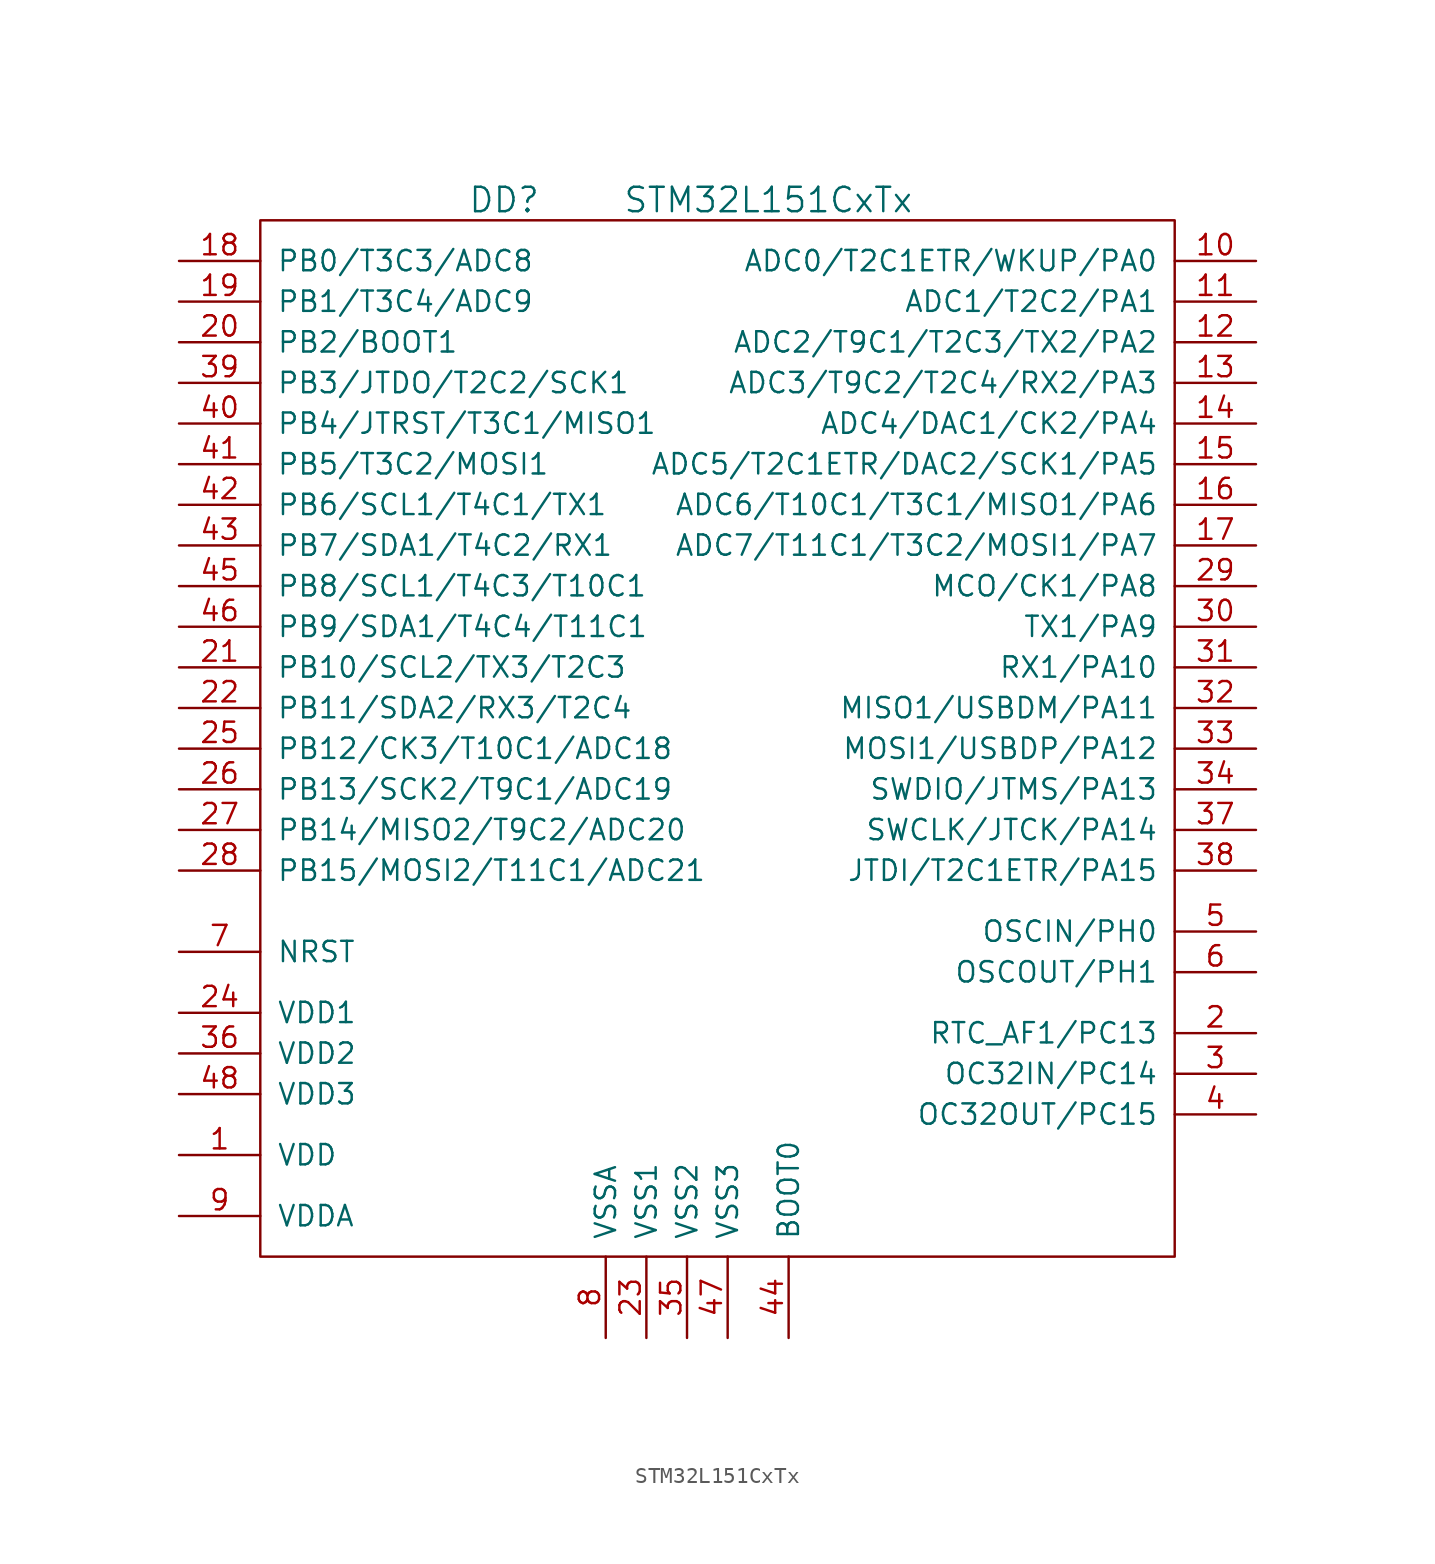
<source format=kicad_sym>
(kicad_symbol_lib
  (version 20201005)
  (generator kicad_symbol_editor)
  (symbol "st_kl:STM32L151CxTx"
    (pin_names
      (offset 1.016))
    (property "Reference" "DD"
      (at -12.7 34.29 0)
      (effects (font (size 1.524 1.524))))
    (property "Value" "STM32L151CxTx"
      (at 3.81 34.29 0)
      (effects (font (size 1.524 1.524))))
    (symbol "STM32L151CxTx_0_1"
      (rectangle (start 29.21 33.02) (end -27.94 -31.75) (stroke (width 0)) (fill (type none))))
    (symbol "STM32L151CxTx_1_1"
      (pin power_in line (at -33.02 -25.4 0) (length 5.08) (name "VDD" (effects (font (size 1.27 1.27)))) (number "1" (effects (font (size 1.27 1.27)))))
      (pin passive line (at 34.29 30.48 180) (length 5.08) (name "ADC0/T2C1ETR/WKUP/PA0" (effects (font (size 1.27 1.27)))) (number "10" (effects (font (size 1.27 1.27)))))
      (pin passive line (at 34.29 27.94 180) (length 5.08) (name "ADC1/T2C2/PA1" (effects (font (size 1.27 1.27)))) (number "11" (effects (font (size 1.27 1.27)))))
      (pin passive line (at 34.29 25.4 180) (length 5.08) (name "ADC2/T9C1/T2C3/TX2/PA2" (effects (font (size 1.27 1.27)))) (number "12" (effects (font (size 1.27 1.27)))))
      (pin passive line (at 34.29 22.86 180) (length 5.08) (name "ADC3/T9C2/T2C4/RX2/PA3" (effects (font (size 1.27 1.27)))) (number "13" (effects (font (size 1.27 1.27)))))
      (pin passive line (at 34.29 20.32 180) (length 5.08) (name "ADC4/DAC1/CK2/PA4" (effects (font (size 1.27 1.27)))) (number "14" (effects (font (size 1.27 1.27)))))
      (pin passive line (at 34.29 17.78 180) (length 5.08) (name "ADC5/T2C1ETR/DAC2/SCK1/PA5" (effects (font (size 1.27 1.27)))) (number "15" (effects (font (size 1.27 1.27)))))
      (pin passive line (at 34.29 15.24 180) (length 5.08) (name "ADC6/T10C1/T3C1/MISO1/PA6" (effects (font (size 1.27 1.27)))) (number "16" (effects (font (size 1.27 1.27)))))
      (pin passive line (at 34.29 12.7 180) (length 5.08) (name "ADC7/T11C1/T3C2/MOSI1/PA7" (effects (font (size 1.27 1.27)))) (number "17" (effects (font (size 1.27 1.27)))))
      (pin passive line (at -33.02 30.48 0) (length 5.08) (name "PB0/T3C3/ADC8" (effects (font (size 1.27 1.27)))) (number "18" (effects (font (size 1.27 1.27)))))
      (pin passive line (at -33.02 27.94 0) (length 5.08) (name "PB1/T3C4/ADC9" (effects (font (size 1.27 1.27)))) (number "19" (effects (font (size 1.27 1.27)))))
      (pin passive line (at 34.29 -17.78 180) (length 5.08) (name "RTC_AF1/PC13" (effects (font (size 1.27 1.27)))) (number "2" (effects (font (size 1.27 1.27)))))
      (pin passive line (at -33.02 25.4 0) (length 5.08) (name "PB2/BOOT1" (effects (font (size 1.27 1.27)))) (number "20" (effects (font (size 1.27 1.27)))))
      (pin passive line (at -33.02 5.08 0) (length 5.08) (name "PB10/SCL2/TX3/T2C3" (effects (font (size 1.27 1.27)))) (number "21" (effects (font (size 1.27 1.27)))))
      (pin passive line (at -33.02 2.54 0) (length 5.08) (name "PB11/SDA2/RX3/T2C4" (effects (font (size 1.27 1.27)))) (number "22" (effects (font (size 1.27 1.27)))))
      (pin power_in line (at -3.81 -36.83 90) (length 5.08) (name "VSS1" (effects (font (size 1.27 1.27)))) (number "23" (effects (font (size 1.27 1.27)))))
      (pin power_in line (at -33.02 -16.51 0) (length 5.08) (name "VDD1" (effects (font (size 1.27 1.27)))) (number "24" (effects (font (size 1.27 1.27)))))
      (pin passive line (at -33.02 0 0) (length 5.08) (name "PB12/CK3/T10C1/ADC18" (effects (font (size 1.27 1.27)))) (number "25" (effects (font (size 1.27 1.27)))))
      (pin passive line (at -33.02 -2.54 0) (length 5.08) (name "PB13/SCK2/T9C1/ADC19" (effects (font (size 1.27 1.27)))) (number "26" (effects (font (size 1.27 1.27)))))
      (pin passive line (at -33.02 -5.08 0) (length 5.08) (name "PB14/MISO2/T9C2/ADC20" (effects (font (size 1.27 1.27)))) (number "27" (effects (font (size 1.27 1.27)))))
      (pin passive line (at -33.02 -7.62 0) (length 5.08) (name "PB15/MOSI2/T11C1/ADC21" (effects (font (size 1.27 1.27)))) (number "28" (effects (font (size 1.27 1.27)))))
      (pin passive line (at 34.29 10.16 180) (length 5.08) (name "MCO/CK1/PA8" (effects (font (size 1.27 1.27)))) (number "29" (effects (font (size 1.27 1.27)))))
      (pin passive line (at 34.29 -20.32 180) (length 5.08) (name "OC32IN/PC14" (effects (font (size 1.27 1.27)))) (number "3" (effects (font (size 1.27 1.27)))))
      (pin passive line (at 34.29 7.62 180) (length 5.08) (name "TX1/PA9" (effects (font (size 1.27 1.27)))) (number "30" (effects (font (size 1.27 1.27)))))
      (pin passive line (at 34.29 5.08 180) (length 5.08) (name "RX1/PA10" (effects (font (size 1.27 1.27)))) (number "31" (effects (font (size 1.27 1.27)))))
      (pin passive line (at 34.29 2.54 180) (length 5.08) (name "MISO1/USBDM/PA11" (effects (font (size 1.27 1.27)))) (number "32" (effects (font (size 1.27 1.27)))))
      (pin passive line (at 34.29 0 180) (length 5.08) (name "MOSI1/USBDP/PA12" (effects (font (size 1.27 1.27)))) (number "33" (effects (font (size 1.27 1.27)))))
      (pin passive line (at 34.29 -2.54 180) (length 5.08) (name "SWDIO/JTMS/PA13" (effects (font (size 1.27 1.27)))) (number "34" (effects (font (size 1.27 1.27)))))
      (pin power_in line (at -1.27 -36.83 90) (length 5.08) (name "VSS2" (effects (font (size 1.27 1.27)))) (number "35" (effects (font (size 1.27 1.27)))))
      (pin power_in line (at -33.02 -19.05 0) (length 5.08) (name "VDD2" (effects (font (size 1.27 1.27)))) (number "36" (effects (font (size 1.27 1.27)))))
      (pin passive line (at 34.29 -5.08 180) (length 5.08) (name "SWCLK/JTCK/PA14" (effects (font (size 1.27 1.27)))) (number "37" (effects (font (size 1.27 1.27)))))
      (pin passive line (at 34.29 -7.62 180) (length 5.08) (name "JTDI/T2C1ETR/PA15" (effects (font (size 1.27 1.27)))) (number "38" (effects (font (size 1.27 1.27)))))
      (pin passive line (at -33.02 22.86 0) (length 5.08) (name "PB3/JTDO/T2C2/SCK1" (effects (font (size 1.27 1.27)))) (number "39" (effects (font (size 1.27 1.27)))))
      (pin passive line (at 34.29 -22.86 180) (length 5.08) (name "OC32OUT/PC15" (effects (font (size 1.27 1.27)))) (number "4" (effects (font (size 1.27 1.27)))))
      (pin passive line (at -33.02 20.32 0) (length 5.08) (name "PB4/JTRST/T3C1/MISO1" (effects (font (size 1.27 1.27)))) (number "40" (effects (font (size 1.27 1.27)))))
      (pin passive line (at -33.02 17.78 0) (length 5.08) (name "PB5/T3C2/MOSI1" (effects (font (size 1.27 1.27)))) (number "41" (effects (font (size 1.27 1.27)))))
      (pin passive line (at -33.02 15.24 0) (length 5.08) (name "PB6/SCL1/T4C1/TX1" (effects (font (size 1.27 1.27)))) (number "42" (effects (font (size 1.27 1.27)))))
      (pin passive line (at -33.02 12.7 0) (length 5.08) (name "PB7/SDA1/T4C2/RX1" (effects (font (size 1.27 1.27)))) (number "43" (effects (font (size 1.27 1.27)))))
      (pin passive line (at 5.08 -36.83 90) (length 5.08) (name "BOOT0" (effects (font (size 1.27 1.27)))) (number "44" (effects (font (size 1.27 1.27)))))
      (pin passive line (at -33.02 10.16 0) (length 5.08) (name "PB8/SCL1/T4C3/T10C1" (effects (font (size 1.27 1.27)))) (number "45" (effects (font (size 1.27 1.27)))))
      (pin passive line (at -33.02 7.62 0) (length 5.08) (name "PB9/SDA1/T4C4/T11C1" (effects (font (size 1.27 1.27)))) (number "46" (effects (font (size 1.27 1.27)))))
      (pin power_in line (at 1.27 -36.83 90) (length 5.08) (name "VSS3" (effects (font (size 1.27 1.27)))) (number "47" (effects (font (size 1.27 1.27)))))
      (pin power_in line (at -33.02 -21.59 0) (length 5.08) (name "VDD3" (effects (font (size 1.27 1.27)))) (number "48" (effects (font (size 1.27 1.27)))))
      (pin passive line (at 34.29 -11.43 180) (length 5.08) (name "OSCIN/PH0" (effects (font (size 1.27 1.27)))) (number "5" (effects (font (size 1.27 1.27)))))
      (pin passive line (at 34.29 -13.97 180) (length 5.08) (name "OSCOUT/PH1" (effects (font (size 1.27 1.27)))) (number "6" (effects (font (size 1.27 1.27)))))
      (pin passive line (at -33.02 -12.7 0) (length 5.08) (name "NRST" (effects (font (size 1.27 1.27)))) (number "7" (effects (font (size 1.27 1.27)))))
      (pin power_in line (at -6.35 -36.83 90) (length 5.08) (name "VSSA" (effects (font (size 1.27 1.27)))) (number "8" (effects (font (size 1.27 1.27)))))
      (pin power_in line (at -33.02 -29.21 0) (length 5.08) (name "VDDA" (effects (font (size 1.27 1.27)))) (number "9" (effects (font (size 1.27 1.27))))))))
</source>
